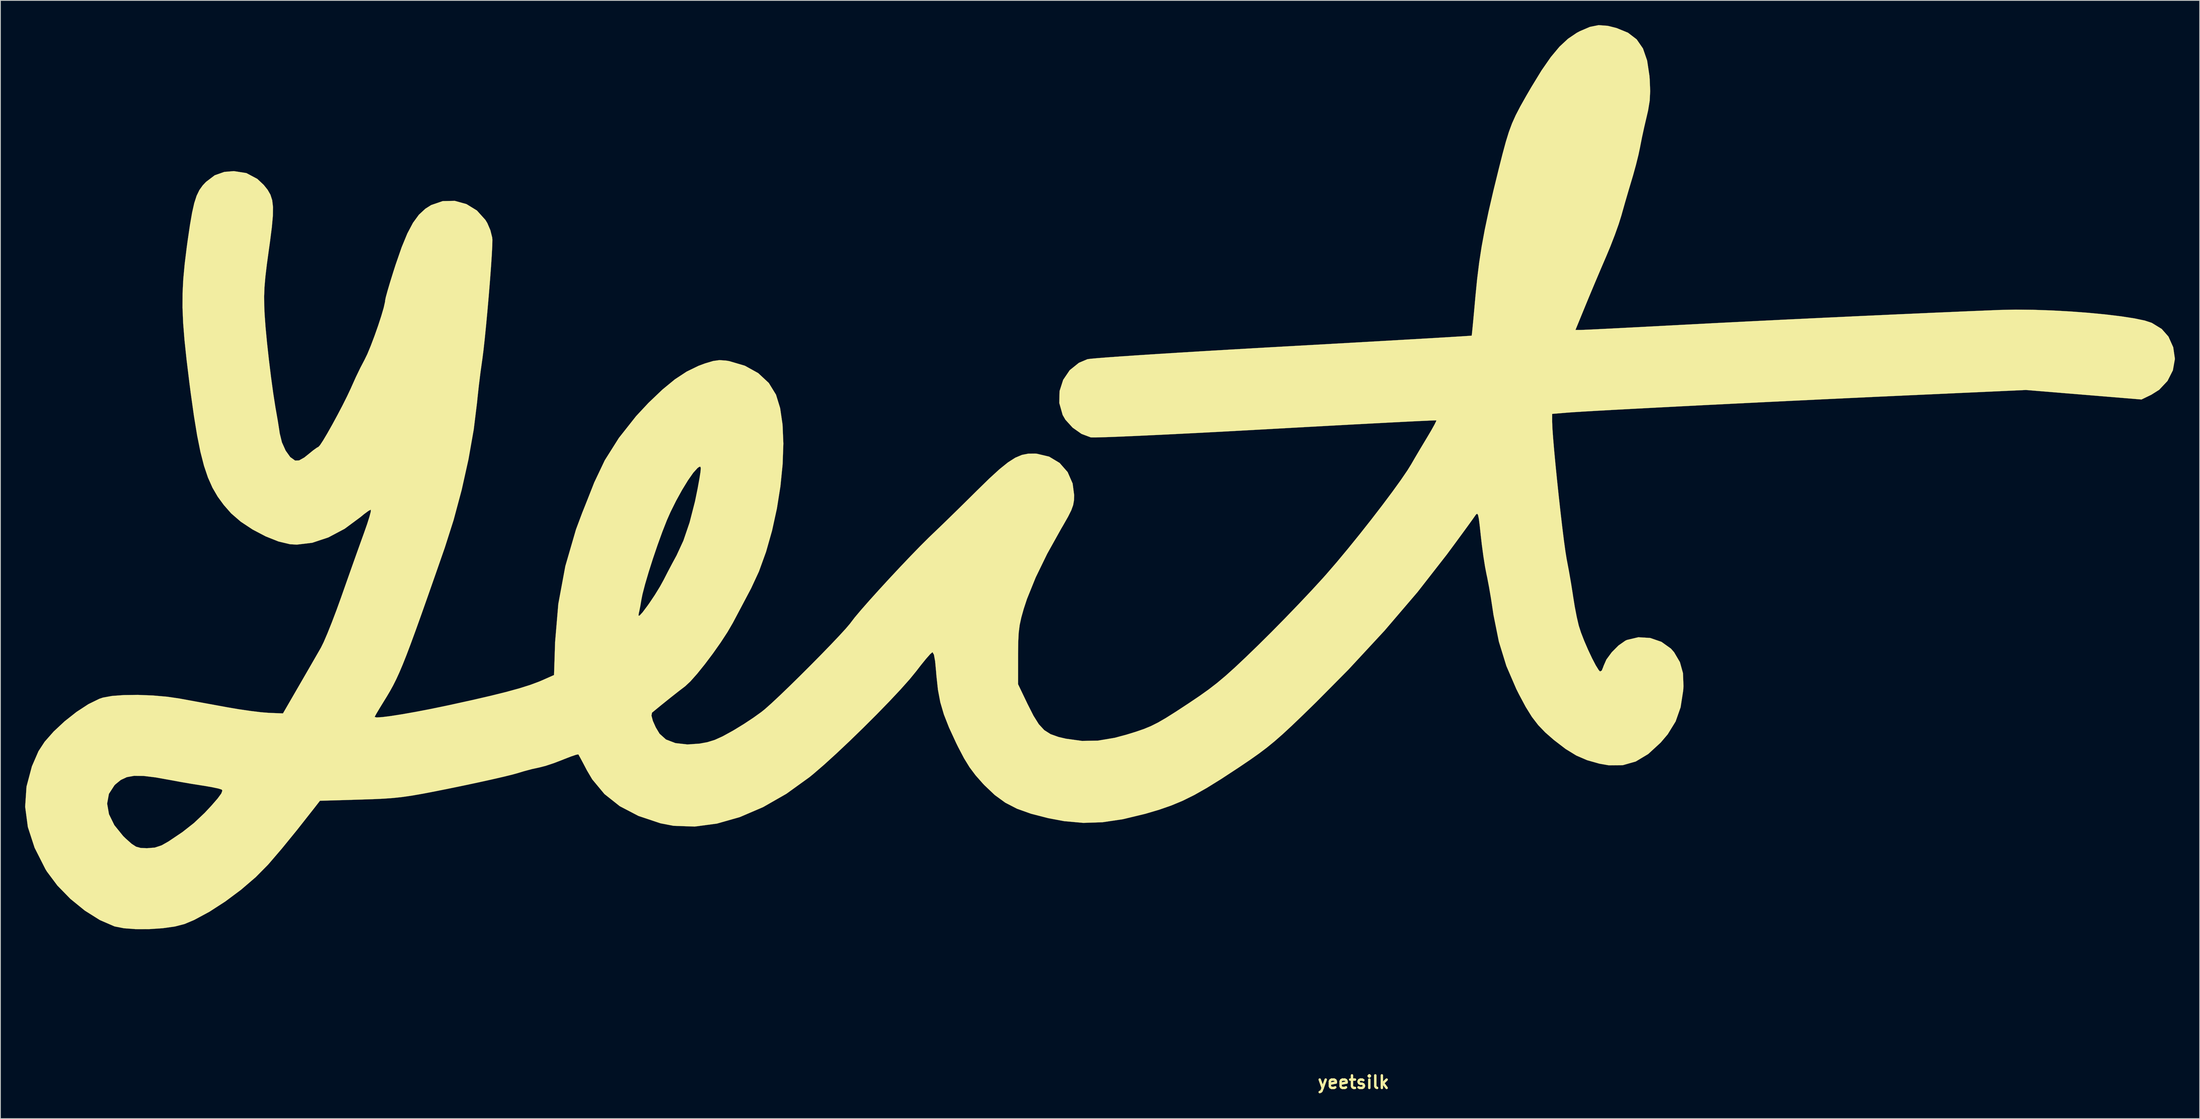
<source format=kicad_pcb>
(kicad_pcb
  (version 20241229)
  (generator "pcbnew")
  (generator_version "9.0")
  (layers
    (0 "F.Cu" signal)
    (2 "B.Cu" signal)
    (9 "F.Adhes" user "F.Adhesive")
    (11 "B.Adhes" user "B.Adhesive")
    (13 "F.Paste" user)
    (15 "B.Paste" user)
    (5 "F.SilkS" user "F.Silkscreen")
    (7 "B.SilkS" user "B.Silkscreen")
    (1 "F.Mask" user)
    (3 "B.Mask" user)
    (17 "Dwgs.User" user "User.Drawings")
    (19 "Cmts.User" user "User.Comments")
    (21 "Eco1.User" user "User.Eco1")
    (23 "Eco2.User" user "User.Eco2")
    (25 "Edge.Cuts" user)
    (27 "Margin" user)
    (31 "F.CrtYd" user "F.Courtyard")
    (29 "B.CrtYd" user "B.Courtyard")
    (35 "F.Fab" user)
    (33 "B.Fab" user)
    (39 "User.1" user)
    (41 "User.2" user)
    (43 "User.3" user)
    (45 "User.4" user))
  (footprint "yeetsilk"
    (layer "F.Cu")
    (at 161.325 128.492)
    (property "Reference" "yeetsilk" (at 0 0 0) (layer "F.SilkS") (effects (font (size 1.524 1.524) (thickness 0.3))))
    (attr through_hole)
    (fp_poly (pts (xy 30.885 -128.403) (xy 31.946 -128.137) (xy 33.335 -127.569) (xy 34.394 -126.758) (xy 35.159 -125.65) (xy 35.664 -124.189) (xy 35.946 -122.32) (xy 35.98 -121.87) (xy 36.035 -120.463) (xy 35.976 -119.296) (xy 35.781 -118.11) (xy 35.605 -117.348) (xy 35.318 -116.121) (xy 35.043 -114.856) (xy 34.834 -113.799) (xy 34.81 -113.665) (xy 34.611 -112.72) (xy 34.308 -111.501) (xy 33.955 -110.218) (xy 33.809 -109.728) (xy 33.411 -108.396) (xy 32.994 -106.966) (xy 32.633 -105.69) (xy 32.541 -105.357) (xy 32.218 -104.322) (xy 31.748 -103.004) (xy 31.199 -101.585) (xy 30.706 -100.404) (xy 30.048 -98.872) (xy 29.31 -97.13) (xy 28.598 -95.429) (xy 28.184 -94.424) (xy 26.961 -91.44) (xy 27.605 -91.44) (xy 27.985 -91.453) (xy 28.818 -91.491) (xy 30.052 -91.551) (xy 31.633 -91.63) (xy 33.508 -91.726) (xy 35.623 -91.836) (xy 37.926 -91.957) (xy 40.096 -92.072) (xy 43.919 -92.272) (xy 48.098 -92.484) (xy 52.527 -92.702) (xy 57.098 -92.921) (xy 61.704 -93.137) (xy 66.237 -93.344) (xy 70.591 -93.538) (xy 74.656 -93.713) (xy 78.327 -93.864) (xy 78.486 -93.87) (xy 80.418 -93.91) (xy 82.535 -93.889) (xy 84.76 -93.813) (xy 87.018 -93.69) (xy 89.23 -93.525) (xy 91.321 -93.325) (xy 93.214 -93.097) (xy 94.831 -92.847) (xy 96.097 -92.582) (xy 96.935 -92.308) (xy 96.958 -92.297) (xy 98.155 -91.564) (xy 98.976 -90.632) (xy 99.549 -89.355) (xy 99.559 -89.325) (xy 99.762 -87.922) (xy 99.514 -86.527) (xy 98.862 -85.24) (xy 97.851 -84.165) (xy 96.896 -83.563) (xy 95.702 -82.985) (xy 88.681 -83.563) (xy 81.661 -84.14) (xy 66.929 -83.47) (xy 63.567 -83.316) (xy 60.106 -83.154) (xy 56.591 -82.987) (xy 53.064 -82.817) (xy 49.569 -82.646) (xy 46.15 -82.477) (xy 42.849 -82.312) (xy 39.711 -82.152) (xy 36.779 -82) (xy 34.096 -81.859) (xy 31.705 -81.731) (xy 29.651 -81.617) (xy 27.976 -81.52) (xy 26.725 -81.442) (xy 25.971 -81.388) (xy 24.13 -81.237) (xy 24.13 -80.293) (xy 24.16 -79.511) (xy 24.245 -78.314) (xy 24.374 -76.791) (xy 24.539 -75.033) (xy 24.73 -73.127) (xy 24.937 -71.164) (xy 25.151 -69.232) (xy 25.363 -67.42) (xy 25.562 -65.819) (xy 25.741 -64.517) (xy 25.889 -63.603) (xy 25.908 -63.5) (xy 26.167 -62.136) (xy 26.423 -60.661) (xy 26.632 -59.344) (xy 26.674 -59.055) (xy 26.871 -57.827) (xy 27.117 -56.553) (xy 27.36 -55.507) (xy 27.362 -55.499) (xy 27.632 -54.662) (xy 28.027 -53.644) (xy 28.495 -52.561) (xy 28.981 -51.529) (xy 29.431 -50.667) (xy 29.79 -50.091) (xy 29.945 -49.928) (xy 30.154 -50.039) (xy 30.344 -50.508) (xy 30.359 -50.572) (xy 30.712 -51.376) (xy 31.368 -52.267) (xy 32.183 -53.085) (xy 33.015 -53.671) (xy 33.202 -53.76) (xy 34.593 -54.09) (xy 36.039 -54.001) (xy 37.404 -53.53) (xy 38.552 -52.71) (xy 38.943 -52.263) (xy 39.648 -51.061) (xy 40.016 -49.735) (xy 40.08 -48.15) (xy 40.044 -47.606) (xy 39.73 -45.575) (xy 39.125 -43.852) (xy 38.165 -42.292) (xy 37.31 -41.285) (xy 35.797 -39.894) (xy 34.282 -38.985) (xy 32.702 -38.536) (xy 30.992 -38.524) (xy 29.874 -38.719) (xy 28.379 -39.142) (xy 27.065 -39.709) (xy 25.768 -40.505) (xy 24.337 -41.604) (xy 23.296 -42.513) (xy 22.433 -43.412) (xy 21.667 -44.41) (xy 20.916 -45.62) (xy 20.097 -47.154) (xy 19.771 -47.804) (xy 18.568 -50.594) (xy 17.658 -53.549) (xy 17.003 -56.805) (xy 16.898 -57.509) (xy 16.696 -58.83) (xy 16.465 -60.179) (xy 16.243 -61.338) (xy 16.159 -61.722) (xy 15.977 -62.667) (xy 15.777 -63.935) (xy 15.588 -65.342) (xy 15.467 -66.403) (xy 15.33 -67.671) (xy 15.223 -68.5) (xy 15.126 -68.955) (xy 15.02 -69.103) (xy 14.884 -69.01) (xy 14.751 -68.822) (xy 14.479 -68.433) (xy 13.958 -67.71) (xy 13.242 -66.728) (xy 12.385 -65.559) (xy 11.44 -64.279) (xy 11.338 -64.141) (xy 7.779 -59.576) (xy 3.778 -54.895) (xy -0.625 -50.141) (xy -4.523 -46.206) (xy -6.136 -44.63) (xy -7.469 -43.352) (xy -8.596 -42.307) (xy -9.593 -41.432) (xy -10.536 -40.662) (xy -11.5 -39.934) (xy -12.562 -39.184) (xy -13.798 -38.347) (xy -14.008 -38.207) (xy -16.055 -36.864) (xy -17.795 -35.783) (xy -19.324 -34.916) (xy -20.738 -34.215) (xy -22.132 -33.634) (xy -23.603 -33.123) (xy -25.246 -32.637) (xy -25.273 -32.629) (xy -28.018 -31.967) (xy -30.489 -31.601) (xy -32.822 -31.526) (xy -35.152 -31.736) (xy -37.084 -32.101) (xy -39.164 -32.637) (xy -40.857 -33.241) (xy -42.284 -33.978) (xy -43.566 -34.911) (xy -44.822 -36.104) (xy -45.004 -36.297) (xy -45.89 -37.3) (xy -46.622 -38.277) (xy -47.298 -39.378) (xy -48.02 -40.757) (xy -48.269 -41.265) (xy -49.124 -43.118) (xy -49.745 -44.703) (xy -50.178 -46.178) (xy -50.465 -47.702) (xy -50.652 -49.432) (xy -50.685 -49.858) (xy -50.806 -51.164) (xy -50.95 -51.964) (xy -51.114 -52.259) (xy -51.149 -52.258) (xy -51.411 -52.029) (xy -51.898 -51.478) (xy -52.534 -50.695) (xy -53.086 -49.978) (xy -53.897 -48.984) (xy -55.019 -47.725) (xy -56.382 -46.273) (xy -57.913 -44.698) (xy -59.543 -43.071) (xy -61.199 -41.461) (xy -62.812 -39.94) (xy -64.309 -38.578) (xy -65.621 -37.446) (xy -66.068 -37.082) (xy -68.866 -35.063) (xy -71.701 -33.44) (xy -74.531 -32.226) (xy -77.314 -31.435) (xy -80.01 -31.078) (xy -82.577 -31.168) (xy -84.161 -31.473) (xy -86.838 -32.369) (xy -89.102 -33.551) (xy -90.968 -35.03) (xy -92.451 -36.815) (xy -93.093 -37.903) (xy -93.547 -38.769) (xy -93.908 -39.444) (xy -94.116 -39.816) (xy -94.139 -39.852) (xy -94.396 -39.809) (xy -95.001 -39.606) (xy -95.837 -39.282) (xy -96.07 -39.186) (xy -97.114 -38.786) (xy -98.123 -38.452) (xy -98.892 -38.255) (xy -98.933 -38.247) (xy -99.748 -38.07) (xy -100.772 -37.796) (xy -101.473 -37.583) (xy -102.148 -37.395) (xy -103.232 -37.129) (xy -104.637 -36.805) (xy -106.274 -36.444) (xy -108.053 -36.065) (xy -109.347 -35.797) (xy -111.36 -35.391) (xy -112.985 -35.077) (xy -114.331 -34.842) (xy -115.506 -34.671) (xy -116.62 -34.551) (xy -117.781 -34.467) (xy -119.098 -34.407) (xy -120.607 -34.357) (xy -125.517 -34.212) (xy -126.195 -33.338) (xy -128.305 -30.657) (xy -130.142 -28.402) (xy -131.707 -26.574) (xy -131.826 -26.439) (xy -133.328 -24.919) (xy -135.096 -23.402) (xy -137.011 -21.973) (xy -138.95 -20.719) (xy -140.792 -19.726) (xy -141.966 -19.231) (xy -143.133 -18.929) (xy -144.613 -18.722) (xy -146.244 -18.613) (xy -147.867 -18.609) (xy -149.321 -18.716) (xy -150.447 -18.937) (xy -150.476 -18.946) (xy -152.248 -19.713) (xy -154.072 -20.861) (xy -155.83 -22.292) (xy -157.405 -23.906) (xy -158.678 -25.608) (xy -158.858 -25.901) (xy -160.173 -28.5) (xy -160.993 -31.02) (xy -161.32 -33.49) (xy -161.295 -33.866) (xy -151.363 -33.866) (xy -151.139 -32.581) (xy -150.487 -31.25) (xy -149.419 -29.929) (xy -149.098 -29.616) (xy -148.386 -28.982) (xy -147.846 -28.631) (xy -147.296 -28.481) (xy -146.555 -28.448) (xy -146.528 -28.448) (xy -145.575 -28.522) (xy -144.744 -28.798) (xy -143.913 -29.269) (xy -142.22 -30.409) (xy -140.817 -31.514) (xy -139.525 -32.736) (xy -138.721 -33.596) (xy -137.941 -34.494) (xy -137.502 -35.094) (xy -137.371 -35.446) (xy -137.451 -35.573) (xy -137.853 -35.699) (xy -138.613 -35.861) (xy -139.581 -36.03) (xy -139.827 -36.067) (xy -141.111 -36.271) (xy -142.495 -36.509) (xy -143.637 -36.721) (xy -145.496 -37.055) (xy -146.951 -37.232) (xy -148.083 -37.244) (xy -148.972 -37.084) (xy -149.7 -36.745) (xy -150.348 -36.218) (xy -150.482 -36.081) (xy -151.148 -35.051) (xy -151.363 -33.866) (xy -161.295 -33.866) (xy -161.156 -35.939) (xy -160.502 -38.397) (xy -159.703 -40.24) (xy -158.952 -41.39) (xy -157.855 -42.634) (xy -156.526 -43.874) (xy -155.082 -45.014) (xy -153.639 -45.957) (xy -152.313 -46.607) (xy -151.872 -46.755) (xy -150.778 -46.954) (xy -149.319 -47.062) (xy -147.628 -47.081) (xy -145.838 -47.014) (xy -144.083 -46.861) (xy -142.621 -46.648) (xy -141.318 -46.409) (xy -139.73 -46.118) (xy -138.074 -45.815) (xy -136.779 -45.577) (xy -135.352 -45.334) (xy -133.922 -45.126) (xy -132.659 -44.973) (xy -131.744 -44.9) (xy -130.012 -44.831) (xy -128.103 -48.133) (xy -127.353 -49.431) (xy -126.621 -50.699) (xy -125.979 -51.814) (xy -125.498 -52.65) (xy -125.4 -52.821) (xy -125.066 -53.499) (xy -124.612 -54.556) (xy -124.078 -55.89) (xy -123.505 -57.4) (xy -122.933 -58.983) (xy -122.912 -59.044) (xy -122.307 -60.763) (xy -121.677 -62.546) (xy -121.071 -64.251) (xy -120.538 -65.738) (xy -120.177 -66.739) (xy -119.791 -67.84) (xy -119.505 -68.745) (xy -119.344 -69.36) (xy -119.337 -69.596) (xy -119.339 -69.596) (xy -119.631 -69.443) (xy -120.164 -69.05) (xy -120.599 -68.691) (xy -122.518 -67.271) (xy -124.496 -66.221) (xy -126.459 -65.569) (xy -128.335 -65.345) (xy -129.165 -65.395) (xy -130.546 -65.724) (xy -132.108 -66.346) (xy -133.692 -67.178) (xy -135.14 -68.136) (xy -136.293 -69.135) (xy -136.335 -69.179) (xy -137.196 -70.161) (xy -137.935 -71.17) (xy -138.571 -72.263) (xy -139.12 -73.497) (xy -139.602 -74.93) (xy -140.034 -76.618) (xy -140.435 -78.618) (xy -140.822 -80.988) (xy -141.214 -83.783) (xy -141.383 -85.09) (xy -141.72 -87.855) (xy -141.969 -90.218) (xy -142.132 -92.278) (xy -142.21 -94.135) (xy -142.204 -95.886) (xy -142.115 -97.632) (xy -141.945 -99.469) (xy -141.695 -101.498) (xy -141.598 -102.209) (xy -141.311 -104.163) (xy -141.048 -105.687) (xy -140.785 -106.858) (xy -140.497 -107.751) (xy -140.162 -108.443) (xy -139.756 -109.011) (xy -139.354 -109.436) (xy -138.3 -110.238) (xy -137.135 -110.649) (xy -135.975 -110.744) (xy -134.455 -110.507) (xy -133.125 -109.8) (xy -132.346 -109.068) (xy -131.873 -108.476) (xy -131.531 -107.881) (xy -131.315 -107.206) (xy -131.218 -106.375) (xy -131.235 -105.31) (xy -131.359 -103.933) (xy -131.584 -102.168) (xy -131.713 -101.249) (xy -131.969 -99.384) (xy -132.146 -97.893) (xy -132.252 -96.651) (xy -132.296 -95.531) (xy -132.284 -94.408) (xy -132.238 -93.354) (xy -132.125 -91.786) (xy -131.945 -89.883) (xy -131.716 -87.799) (xy -131.457 -85.689) (xy -131.186 -83.71) (xy -130.922 -82.014) (xy -130.814 -81.407) (xy -130.626 -80.324) (xy -130.446 -79.174) (xy -130.402 -78.867) (xy -130.134 -77.776) (xy -129.682 -76.771) (xy -129.125 -75.989) (xy -128.543 -75.571) (xy -128.531 -75.567) (xy -128.051 -75.582) (xy -127.422 -75.933) (xy -126.952 -76.309) (xy -126.336 -76.811) (xy -125.876 -77.14) (xy -125.717 -77.216) (xy -125.516 -77.429) (xy -125.135 -78.009) (xy -124.623 -78.871) (xy -124.028 -79.926) (xy -123.397 -81.088) (xy -122.777 -82.271) (xy -122.218 -83.388) (xy -121.765 -84.351) (xy -121.664 -84.582) (xy -121.161 -85.702) (xy -120.613 -86.838) (xy -120.135 -87.751) (xy -120.117 -87.783) (xy -119.768 -88.5) (xy -119.348 -89.514) (xy -118.897 -90.705) (xy -118.457 -91.953) (xy -118.07 -93.139) (xy -117.776 -94.144) (xy -117.618 -94.848) (xy -117.602 -95.022) (xy -117.526 -95.405) (xy -117.316 -96.177) (xy -117 -97.246) (xy -116.604 -98.521) (xy -116.326 -99.386) (xy -115.595 -101.495) (xy -114.906 -103.166) (xy -114.222 -104.46) (xy -113.505 -105.441) (xy -112.717 -106.173) (xy -112.014 -106.618) (xy -110.606 -107.101) (xy -109.144 -107.13) (xy -107.728 -106.738) (xy -106.456 -105.957) (xy -105.427 -104.817) (xy -105.193 -104.433) (xy -104.82 -103.565) (xy -104.599 -102.679) (xy -104.575 -102.413) (xy -104.589 -101.683) (xy -104.649 -100.543) (xy -104.745 -99.085) (xy -104.871 -97.404) (xy -105.018 -95.594) (xy -105.179 -93.748) (xy -105.345 -91.961) (xy -105.508 -90.326) (xy -105.661 -88.938) (xy -105.795 -87.891) (xy -105.815 -87.757) (xy -106.023 -86.274) (xy -106.23 -84.596) (xy -106.399 -83.032) (xy -106.432 -82.677) (xy -106.842 -79.329) (xy -107.479 -75.712) (xy -108.306 -71.99) (xy -109.287 -68.328) (xy -110.353 -64.982) (xy -111.444 -61.848) (xy -112.388 -59.153) (xy -113.2 -56.853) (xy -113.898 -54.905) (xy -114.498 -53.268) (xy -115.017 -51.898) (xy -115.472 -50.753) (xy -115.881 -49.79) (xy -116.259 -48.966) (xy -116.623 -48.24) (xy -116.992 -47.568) (xy -117.38 -46.909) (xy -117.741 -46.323) (xy -118.256 -45.484) (xy -118.649 -44.824) (xy -118.855 -44.448) (xy -118.872 -44.403) (xy -118.634 -44.342) (xy -117.96 -44.382) (xy -116.908 -44.515) (xy -115.538 -44.73) (xy -113.91 -45.018) (xy -112.082 -45.37) (xy -110.115 -45.777) (xy -109.855 -45.832) (xy -107.089 -46.44) (xy -104.77 -46.976) (xy -102.846 -47.455) (xy -101.264 -47.892) (xy -99.969 -48.301) (xy -98.91 -48.696) (xy -98.519 -48.862) (xy -97.09 -49.496) (xy -96.959 -53.514) (xy -96.69 -56.719) (xy -86.838 -56.719) (xy -86.699 -56.722) (xy -86.339 -57.116) (xy -85.739 -57.917) (xy -85.516 -58.23) (xy -84.852 -59.222) (xy -84.213 -60.265) (xy -83.762 -61.087) (xy -83.303 -61.985) (xy -82.727 -63.077) (xy -82.208 -64.035) (xy -81.382 -65.824) (xy -80.628 -68.036) (xy -79.972 -70.589) (xy -79.652 -72.156) (xy -79.426 -73.4) (xy -79.297 -74.216) (xy -79.266 -74.67) (xy -79.333 -74.834) (xy -79.499 -74.776) (xy -79.67 -74.644) (xy -80.178 -74.082) (xy -80.823 -73.16) (xy -81.54 -71.987) (xy -82.266 -70.67) (xy -82.939 -69.316) (xy -83.377 -68.326) (xy -83.931 -66.913) (xy -84.511 -65.312) (xy -85.08 -63.637) (xy -85.599 -62.004) (xy -86.033 -60.528) (xy -86.345 -59.324) (xy -86.475 -58.674) (xy -86.611 -57.873) (xy -86.74 -57.232) (xy -86.777 -57.087) (xy -86.838 -56.719) (xy -96.69 -56.719) (xy -96.57 -58.141) (xy -95.717 -62.739) (xy -94.424 -67.195) (xy -93.668 -69.215) (xy -93.345 -70.022) (xy -92.91 -71.12) (xy -92.434 -72.326) (xy -92.21 -72.898) (xy -90.928 -75.599) (xy -89.213 -78.318) (xy -87.127 -80.961) (xy -85.616 -82.581) (xy -83.927 -84.192) (xy -82.413 -85.436) (xy -80.984 -86.376) (xy -79.548 -87.076) (xy -78.755 -87.371) (xy -77.766 -87.666) (xy -76.994 -87.773) (xy -76.195 -87.715) (xy -75.81 -87.65) (xy -73.914 -87.092) (xy -72.291 -86.192) (xy -71.006 -84.996) (xy -70.13 -83.571) (xy -69.629 -81.941) (xy -69.335 -79.933) (xy -69.238 -77.628) (xy -69.327 -75.106) (xy -69.592 -72.449) (xy -70.022 -69.736) (xy -70.608 -67.05) (xy -71.339 -64.47) (xy -72.204 -62.078) (xy -73.152 -60.032) (xy -73.81 -58.787) (xy -74.494 -57.493) (xy -75.103 -56.344) (xy -75.377 -55.828) (xy -76.024 -54.715) (xy -76.854 -53.443) (xy -77.792 -52.112) (xy -78.765 -50.817) (xy -79.699 -49.657) (xy -80.521 -48.73) (xy -81.157 -48.133) (xy -81.188 -48.11) (xy -81.952 -47.526) (xy -82.964 -46.728) (xy -84.085 -45.827) (xy -85.174 -44.934) (xy -85.19 -44.921) (xy -85.256 -44.567) (xy -85.087 -43.926) (xy -84.733 -43.132) (xy -84.271 -42.36) (xy -83.493 -41.662) (xy -82.342 -41.222) (xy -80.89 -41.059) (xy -79.421 -41.16) (xy -78.457 -41.337) (xy -77.576 -41.61) (xy -76.622 -42.041) (xy -75.436 -42.692) (xy -75.195 -42.832) (xy -74.037 -43.542) (xy -72.892 -44.299) (xy -71.927 -44.992) (xy -71.501 -45.332) (xy -70.694 -46.051) (xy -69.668 -47.011) (xy -68.487 -48.149) (xy -67.212 -49.401) (xy -65.908 -50.703) (xy -64.636 -51.993) (xy -63.46 -53.207) (xy -62.442 -54.281) (xy -61.645 -55.153) (xy -61.132 -55.758) (xy -61.036 -55.889) (xy -60.567 -56.5) (xy -59.805 -57.405) (xy -58.813 -58.535) (xy -57.655 -59.821) (xy -56.395 -61.195) (xy -55.095 -62.587) (xy -53.819 -63.93) (xy -52.63 -65.155) (xy -51.591 -66.192) (xy -51.089 -66.675) (xy -50.276 -67.452) (xy -49.208 -68.488) (xy -47.986 -69.684) (xy -46.713 -70.939) (xy -45.747 -71.897) (xy -44.235 -73.376) (xy -42.993 -74.512) (xy -41.96 -75.344) (xy -41.073 -75.911) (xy -40.267 -76.252) (xy -39.481 -76.407) (xy -38.65 -76.413) (xy -38.479 -76.401) (xy -36.96 -76.041) (xy -35.685 -75.273) (xy -34.714 -74.164) (xy -34.107 -72.78) (xy -33.921 -71.365) (xy -33.943 -70.719) (xy -34.044 -70.144) (xy -34.268 -69.523) (xy -34.659 -68.74) (xy -35.264 -67.677) (xy -35.485 -67.301) (xy -37.194 -64.235) (xy -38.59 -61.363) (xy -39.649 -58.744) (xy -40.048 -57.531) (xy -40.34 -56.488) (xy -40.537 -55.574) (xy -40.656 -54.637) (xy -40.715 -53.521) (xy -40.734 -52.075) (xy -40.734 -51.816) (xy -40.737 -48.387) (xy -39.581 -45.974) (xy -38.859 -44.549) (xy -38.215 -43.52) (xy -37.554 -42.802) (xy -36.787 -42.313) (xy -35.818 -41.968) (xy -34.918 -41.757) (xy -32.97 -41.489) (xy -31.048 -41.522) (xy -28.997 -41.868) (xy -27.559 -42.254) (xy -26.404 -42.61) (xy -25.449 -42.94) (xy -24.592 -43.295) (xy -23.732 -43.727) (xy -22.767 -44.287) (xy -21.594 -45.027) (xy -20.113 -45.999) (xy -19.969 -46.094) (xy -18.706 -46.946) (xy -17.601 -47.734) (xy -16.569 -48.531) (xy -15.524 -49.409) (xy -14.379 -50.439) (xy -13.049 -51.694) (xy -11.529 -53.167) (xy -9.984 -54.7) (xy -8.323 -56.388) (xy -6.657 -58.118) (xy -5.096 -59.773) (xy -3.752 -61.238) (xy -3.321 -61.722) (xy -2.048 -63.196) (xy -0.677 -64.844) (xy 0.74 -66.594) (xy 2.146 -68.376) (xy 3.486 -70.118) (xy 4.705 -71.747) (xy 5.748 -73.193) (xy 6.559 -74.384) (xy 7.01 -75.113) (xy 7.468 -75.905) (xy 8.08 -76.942) (xy 8.734 -78.034) (xy 8.922 -78.346) (xy 9.445 -79.231) (xy 9.839 -79.937) (xy 10.048 -80.364) (xy 10.065 -80.444) (xy 9.805 -80.442) (xy 9.076 -80.414) (xy 7.915 -80.361) (xy 6.362 -80.284) (xy 4.452 -80.187) (xy 2.226 -80.07) (xy -0.281 -79.937) (xy -3.029 -79.788) (xy -5.98 -79.626) (xy -9.097 -79.453) (xy -10.536 -79.373) (xy -13.738 -79.196) (xy -16.807 -79.031) (xy -19.705 -78.88) (xy -22.39 -78.746) (xy -24.823 -78.629) (xy -26.965 -78.531) (xy -28.775 -78.455) (xy -30.214 -78.403) (xy -31.241 -78.375) (xy -31.817 -78.375) (xy -31.913 -78.383) (xy -33.026 -78.802) (xy -34.11 -79.565) (xy -34.985 -80.527) (xy -35.32 -81.105) (xy -35.729 -82.558) (xy -35.695 -84.013) (xy -35.258 -85.375) (xy -34.461 -86.551) (xy -33.345 -87.447) (xy -32.31 -87.884) (xy -31.921 -87.937) (xy -31.063 -88.015) (xy -29.773 -88.115) (xy -28.089 -88.235) (xy -26.049 -88.373) (xy -23.69 -88.525) (xy -21.051 -88.69) (xy -18.169 -88.865) (xy -15.081 -89.047) (xy -11.827 -89.235) (xy -8.524 -89.421) (xy -5.167 -89.608) (xy -1.958 -89.788) (xy 1.067 -89.959) (xy 3.873 -90.119) (xy 6.424 -90.265) (xy 8.683 -90.396) (xy 10.616 -90.51) (xy 12.185 -90.604) (xy 13.356 -90.676) (xy 14.092 -90.725) (xy 14.358 -90.747) (xy 14.358 -90.748) (xy 14.391 -91.006) (xy 14.46 -91.691) (xy 14.558 -92.722) (xy 14.677 -94.02) (xy 14.809 -95.504) (xy 14.809 -95.504) (xy 15.017 -97.614) (xy 15.261 -99.6) (xy 15.563 -101.565) (xy 15.94 -103.613) (xy 16.411 -105.847) (xy 16.994 -108.369) (xy 17.643 -111.014) (xy 18.108 -112.852) (xy 18.502 -114.31) (xy 18.869 -115.501) (xy 19.254 -116.54) (xy 19.703 -117.541) (xy 20.262 -118.616) (xy 20.975 -119.881) (xy 21.591 -120.94) (xy 22.838 -122.981) (xy 23.963 -124.603) (xy 25.016 -125.866) (xy 26.049 -126.829) (xy 27.114 -127.551) (xy 27.487 -127.749) (xy 28.713 -128.276) (xy 29.775 -128.487) (xy 30.885 -128.403)) (stroke (width 0.01) (type solid)) (fill yes) (layer "F.SilkS")))
  (gr_rect
    (start -3 -3)
    (end 264.093 132.91)
    (stroke (width 0.1) (type default))
    (fill no)
    (layer "Edge.Cuts")))
</source>
